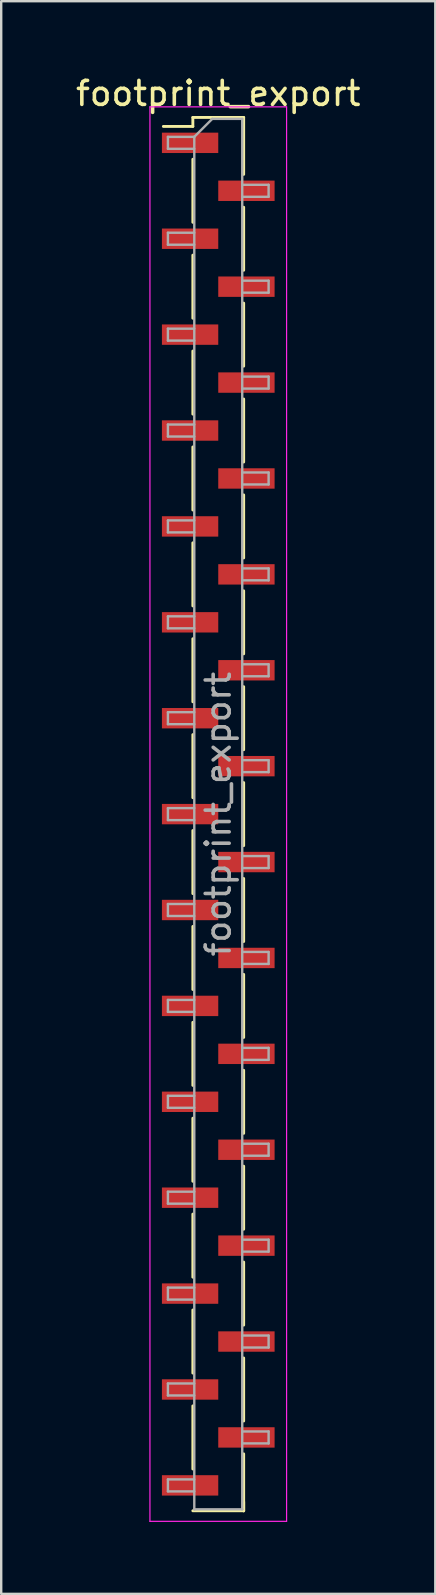
<source format=kicad_pcb>
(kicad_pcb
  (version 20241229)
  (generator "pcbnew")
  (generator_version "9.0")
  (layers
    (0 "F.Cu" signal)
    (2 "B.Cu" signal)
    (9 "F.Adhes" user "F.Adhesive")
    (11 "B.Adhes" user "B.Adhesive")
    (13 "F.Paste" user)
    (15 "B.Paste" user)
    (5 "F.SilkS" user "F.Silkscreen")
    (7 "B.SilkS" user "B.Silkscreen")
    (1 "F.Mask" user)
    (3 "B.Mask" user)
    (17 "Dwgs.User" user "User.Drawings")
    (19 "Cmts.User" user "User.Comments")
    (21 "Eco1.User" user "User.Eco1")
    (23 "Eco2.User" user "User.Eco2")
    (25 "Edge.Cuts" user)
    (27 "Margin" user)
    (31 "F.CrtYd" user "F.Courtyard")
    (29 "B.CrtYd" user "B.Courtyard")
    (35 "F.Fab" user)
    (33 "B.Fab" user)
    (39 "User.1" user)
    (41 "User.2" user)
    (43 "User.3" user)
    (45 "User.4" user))
  (footprint "footprint_export"
    (layer "F.Cu")
    (at 6.054 30.908)
    (property "Reference" "footprint_export" (at 0 -30.06 0) (layer "F.SilkS") (effects (font (size 1 1) (thickness 0.15))))
    (attr smd)
    (fp_line (start -1.06 -29.06) (end -1.06 -28.685) (stroke (width 0.12) (type solid)) (layer "F.SilkS"))
    (fp_line (start -1.06 -29.06) (end 1.06 -29.06) (stroke (width 0.12) (type solid)) (layer "F.SilkS"))
    (fp_line (start -1.06 -28.685) (end -2.29 -28.685) (stroke (width 0.12) (type solid)) (layer "F.SilkS"))
    (fp_line (start -1.06 -27.315) (end -1.06 -24.685) (stroke (width 0.12) (type solid)) (layer "F.SilkS"))
    (fp_line (start -1.06 -23.315) (end -1.06 -20.685) (stroke (width 0.12) (type solid)) (layer "F.SilkS"))
    (fp_line (start -1.06 -19.315) (end -1.06 -16.685) (stroke (width 0.12) (type solid)) (layer "F.SilkS"))
    (fp_line (start -1.06 -15.315) (end -1.06 -12.685) (stroke (width 0.12) (type solid)) (layer "F.SilkS"))
    (fp_line (start -1.06 -11.315) (end -1.06 -8.685) (stroke (width 0.12) (type solid)) (layer "F.SilkS"))
    (fp_line (start -1.06 -7.315) (end -1.06 -4.685) (stroke (width 0.12) (type solid)) (layer "F.SilkS"))
    (fp_line (start -1.06 -3.315) (end -1.06 -0.685) (stroke (width 0.12) (type solid)) (layer "F.SilkS"))
    (fp_line (start -1.06 0.685) (end -1.06 3.315) (stroke (width 0.12) (type solid)) (layer "F.SilkS"))
    (fp_line (start -1.06 4.685) (end -1.06 7.315) (stroke (width 0.12) (type solid)) (layer "F.SilkS"))
    (fp_line (start -1.06 8.685) (end -1.06 11.315) (stroke (width 0.12) (type solid)) (layer "F.SilkS"))
    (fp_line (start -1.06 12.685) (end -1.06 15.315) (stroke (width 0.12) (type solid)) (layer "F.SilkS"))
    (fp_line (start -1.06 16.685) (end -1.06 19.315) (stroke (width 0.12) (type solid)) (layer "F.SilkS"))
    (fp_line (start -1.06 20.685) (end -1.06 23.315) (stroke (width 0.12) (type solid)) (layer "F.SilkS"))
    (fp_line (start -1.06 24.685) (end -1.06 27.315) (stroke (width 0.12) (type solid)) (layer "F.SilkS"))
    (fp_line (start -1.06 29.06) (end 1.06 29.06) (stroke (width 0.12) (type solid)) (layer "F.SilkS"))
    (fp_line (start 1.06 -29.06) (end 1.06 -26.685) (stroke (width 0.12) (type solid)) (layer "F.SilkS"))
    (fp_line (start 1.06 -25.315) (end 1.06 -22.685) (stroke (width 0.12) (type solid)) (layer "F.SilkS"))
    (fp_line (start 1.06 -21.315) (end 1.06 -18.685) (stroke (width 0.12) (type solid)) (layer "F.SilkS"))
    (fp_line (start 1.06 -17.315) (end 1.06 -14.685) (stroke (width 0.12) (type solid)) (layer "F.SilkS"))
    (fp_line (start 1.06 -13.315) (end 1.06 -10.685) (stroke (width 0.12) (type solid)) (layer "F.SilkS"))
    (fp_line (start 1.06 -9.315) (end 1.06 -6.685) (stroke (width 0.12) (type solid)) (layer "F.SilkS"))
    (fp_line (start 1.06 -5.315) (end 1.06 -2.685) (stroke (width 0.12) (type solid)) (layer "F.SilkS"))
    (fp_line (start 1.06 -1.315) (end 1.06 1.315) (stroke (width 0.12) (type solid)) (layer "F.SilkS"))
    (fp_line (start 1.06 2.685) (end 1.06 5.315) (stroke (width 0.12) (type solid)) (layer "F.SilkS"))
    (fp_line (start 1.06 6.685) (end 1.06 9.315) (stroke (width 0.12) (type solid)) (layer "F.SilkS"))
    (fp_line (start 1.06 10.685) (end 1.06 13.315) (stroke (width 0.12) (type solid)) (layer "F.SilkS"))
    (fp_line (start 1.06 14.685) (end 1.06 17.315) (stroke (width 0.12) (type solid)) (layer "F.SilkS"))
    (fp_line (start 1.06 18.685) (end 1.06 21.315) (stroke (width 0.12) (type solid)) (layer "F.SilkS"))
    (fp_line (start 1.06 22.685) (end 1.06 25.315) (stroke (width 0.12) (type solid)) (layer "F.SilkS"))
    (fp_line (start 1.06 26.685) (end 1.06 29.06) (stroke (width 0.12) (type solid)) (layer "F.SilkS"))
    (fp_line (start 1.06 28.685) (end 1.06 29.06) (stroke (width 0.12) (type solid)) (layer "F.SilkS"))
    (fp_line (start -2.85 -29.5) (end -2.85 29.5) (stroke (width 0.05) (type solid)) (layer "F.CrtYd"))
    (fp_line (start -2.85 29.5) (end 2.85 29.5) (stroke (width 0.05) (type solid)) (layer "F.CrtYd"))
    (fp_line (start 2.85 -29.5) (end -2.85 -29.5) (stroke (width 0.05) (type solid)) (layer "F.CrtYd"))
    (fp_line (start 2.85 29.5) (end 2.85 -29.5) (stroke (width 0.05) (type solid)) (layer "F.CrtYd"))
    (fp_line (start -2.1 -28.25) (end -2.1 -27.75) (stroke (width 0.1) (type solid)) (layer "F.Fab"))
    (fp_line (start -2.1 -27.75) (end -1 -27.75) (stroke (width 0.1) (type solid)) (layer "F.Fab"))
    (fp_line (start -2.1 -24.25) (end -2.1 -23.75) (stroke (width 0.1) (type solid)) (layer "F.Fab"))
    (fp_line (start -2.1 -23.75) (end -1 -23.75) (stroke (width 0.1) (type solid)) (layer "F.Fab"))
    (fp_line (start -2.1 -20.25) (end -2.1 -19.75) (stroke (width 0.1) (type solid)) (layer "F.Fab"))
    (fp_line (start -2.1 -19.75) (end -1 -19.75) (stroke (width 0.1) (type solid)) (layer "F.Fab"))
    (fp_line (start -2.1 -16.25) (end -2.1 -15.75) (stroke (width 0.1) (type solid)) (layer "F.Fab"))
    (fp_line (start -2.1 -15.75) (end -1 -15.75) (stroke (width 0.1) (type solid)) (layer "F.Fab"))
    (fp_line (start -2.1 -12.25) (end -2.1 -11.75) (stroke (width 0.1) (type solid)) (layer "F.Fab"))
    (fp_line (start -2.1 -11.75) (end -1 -11.75) (stroke (width 0.1) (type solid)) (layer "F.Fab"))
    (fp_line (start -2.1 -8.25) (end -2.1 -7.75) (stroke (width 0.1) (type solid)) (layer "F.Fab"))
    (fp_line (start -2.1 -7.75) (end -1 -7.75) (stroke (width 0.1) (type solid)) (layer "F.Fab"))
    (fp_line (start -2.1 -4.25) (end -2.1 -3.75) (stroke (width 0.1) (type solid)) (layer "F.Fab"))
    (fp_line (start -2.1 -3.75) (end -1 -3.75) (stroke (width 0.1) (type solid)) (layer "F.Fab"))
    (fp_line (start -2.1 -0.25) (end -2.1 0.25) (stroke (width 0.1) (type solid)) (layer "F.Fab"))
    (fp_line (start -2.1 0.25) (end -1 0.25) (stroke (width 0.1) (type solid)) (layer "F.Fab"))
    (fp_line (start -2.1 3.75) (end -2.1 4.25) (stroke (width 0.1) (type solid)) (layer "F.Fab"))
    (fp_line (start -2.1 4.25) (end -1 4.25) (stroke (width 0.1) (type solid)) (layer "F.Fab"))
    (fp_line (start -2.1 7.75) (end -2.1 8.25) (stroke (width 0.1) (type solid)) (layer "F.Fab"))
    (fp_line (start -2.1 8.25) (end -1 8.25) (stroke (width 0.1) (type solid)) (layer "F.Fab"))
    (fp_line (start -2.1 11.75) (end -2.1 12.25) (stroke (width 0.1) (type solid)) (layer "F.Fab"))
    (fp_line (start -2.1 12.25) (end -1 12.25) (stroke (width 0.1) (type solid)) (layer "F.Fab"))
    (fp_line (start -2.1 15.75) (end -2.1 16.25) (stroke (width 0.1) (type solid)) (layer "F.Fab"))
    (fp_line (start -2.1 16.25) (end -1 16.25) (stroke (width 0.1) (type solid)) (layer "F.Fab"))
    (fp_line (start -2.1 19.75) (end -2.1 20.25) (stroke (width 0.1) (type solid)) (layer "F.Fab"))
    (fp_line (start -2.1 20.25) (end -1 20.25) (stroke (width 0.1) (type solid)) (layer "F.Fab"))
    (fp_line (start -2.1 23.75) (end -2.1 24.25) (stroke (width 0.1) (type solid)) (layer "F.Fab"))
    (fp_line (start -2.1 24.25) (end -1 24.25) (stroke (width 0.1) (type solid)) (layer "F.Fab"))
    (fp_line (start -2.1 27.75) (end -2.1 28.25) (stroke (width 0.1) (type solid)) (layer "F.Fab"))
    (fp_line (start -2.1 28.25) (end -1 28.25) (stroke (width 0.1) (type solid)) (layer "F.Fab"))
    (fp_line (start -1 -28.25) (end -2.1 -28.25) (stroke (width 0.1) (type solid)) (layer "F.Fab"))
    (fp_line (start -1 -28.25) (end -0.25 -29) (stroke (width 0.1) (type solid)) (layer "F.Fab"))
    (fp_line (start -1 -24.25) (end -2.1 -24.25) (stroke (width 0.1) (type solid)) (layer "F.Fab"))
    (fp_line (start -1 -20.25) (end -2.1 -20.25) (stroke (width 0.1) (type solid)) (layer "F.Fab"))
    (fp_line (start -1 -16.25) (end -2.1 -16.25) (stroke (width 0.1) (type solid)) (layer "F.Fab"))
    (fp_line (start -1 -12.25) (end -2.1 -12.25) (stroke (width 0.1) (type solid)) (layer "F.Fab"))
    (fp_line (start -1 -8.25) (end -2.1 -8.25) (stroke (width 0.1) (type solid)) (layer "F.Fab"))
    (fp_line (start -1 -4.25) (end -2.1 -4.25) (stroke (width 0.1) (type solid)) (layer "F.Fab"))
    (fp_line (start -1 -0.25) (end -2.1 -0.25) (stroke (width 0.1) (type solid)) (layer "F.Fab"))
    (fp_line (start -1 3.75) (end -2.1 3.75) (stroke (width 0.1) (type solid)) (layer "F.Fab"))
    (fp_line (start -1 7.75) (end -2.1 7.75) (stroke (width 0.1) (type solid)) (layer "F.Fab"))
    (fp_line (start -1 11.75) (end -2.1 11.75) (stroke (width 0.1) (type solid)) (layer "F.Fab"))
    (fp_line (start -1 15.75) (end -2.1 15.75) (stroke (width 0.1) (type solid)) (layer "F.Fab"))
    (fp_line (start -1 19.75) (end -2.1 19.75) (stroke (width 0.1) (type solid)) (layer "F.Fab"))
    (fp_line (start -1 23.75) (end -2.1 23.75) (stroke (width 0.1) (type solid)) (layer "F.Fab"))
    (fp_line (start -1 27.75) (end -2.1 27.75) (stroke (width 0.1) (type solid)) (layer "F.Fab"))
    (fp_line (start -1 29) (end -1 -28.25) (stroke (width 0.1) (type solid)) (layer "F.Fab"))
    (fp_line (start -0.25 -29) (end 1 -29) (stroke (width 0.1) (type solid)) (layer "F.Fab"))
    (fp_line (start 1 -29) (end 1 29) (stroke (width 0.1) (type solid)) (layer "F.Fab"))
    (fp_line (start 1 -26.25) (end 2.1 -26.25) (stroke (width 0.1) (type solid)) (layer "F.Fab"))
    (fp_line (start 1 -22.25) (end 2.1 -22.25) (stroke (width 0.1) (type solid)) (layer "F.Fab"))
    (fp_line (start 1 -18.25) (end 2.1 -18.25) (stroke (width 0.1) (type solid)) (layer "F.Fab"))
    (fp_line (start 1 -14.25) (end 2.1 -14.25) (stroke (width 0.1) (type solid)) (layer "F.Fab"))
    (fp_line (start 1 -10.25) (end 2.1 -10.25) (stroke (width 0.1) (type solid)) (layer "F.Fab"))
    (fp_line (start 1 -6.25) (end 2.1 -6.25) (stroke (width 0.1) (type solid)) (layer "F.Fab"))
    (fp_line (start 1 -2.25) (end 2.1 -2.25) (stroke (width 0.1) (type solid)) (layer "F.Fab"))
    (fp_line (start 1 1.75) (end 2.1 1.75) (stroke (width 0.1) (type solid)) (layer "F.Fab"))
    (fp_line (start 1 5.75) (end 2.1 5.75) (stroke (width 0.1) (type solid)) (layer "F.Fab"))
    (fp_line (start 1 9.75) (end 2.1 9.75) (stroke (width 0.1) (type solid)) (layer "F.Fab"))
    (fp_line (start 1 13.75) (end 2.1 13.75) (stroke (width 0.1) (type solid)) (layer "F.Fab"))
    (fp_line (start 1 17.75) (end 2.1 17.75) (stroke (width 0.1) (type solid)) (layer "F.Fab"))
    (fp_line (start 1 21.75) (end 2.1 21.75) (stroke (width 0.1) (type solid)) (layer "F.Fab"))
    (fp_line (start 1 25.75) (end 2.1 25.75) (stroke (width 0.1) (type solid)) (layer "F.Fab"))
    (fp_line (start 1 29) (end -1 29) (stroke (width 0.1) (type solid)) (layer "F.Fab"))
    (fp_line (start 2.1 -26.25) (end 2.1 -25.75) (stroke (width 0.1) (type solid)) (layer "F.Fab"))
    (fp_line (start 2.1 -25.75) (end 1 -25.75) (stroke (width 0.1) (type solid)) (layer "F.Fab"))
    (fp_line (start 2.1 -22.25) (end 2.1 -21.75) (stroke (width 0.1) (type solid)) (layer "F.Fab"))
    (fp_line (start 2.1 -21.75) (end 1 -21.75) (stroke (width 0.1) (type solid)) (layer "F.Fab"))
    (fp_line (start 2.1 -18.25) (end 2.1 -17.75) (stroke (width 0.1) (type solid)) (layer "F.Fab"))
    (fp_line (start 2.1 -17.75) (end 1 -17.75) (stroke (width 0.1) (type solid)) (layer "F.Fab"))
    (fp_line (start 2.1 -14.25) (end 2.1 -13.75) (stroke (width 0.1) (type solid)) (layer "F.Fab"))
    (fp_line (start 2.1 -13.75) (end 1 -13.75) (stroke (width 0.1) (type solid)) (layer "F.Fab"))
    (fp_line (start 2.1 -10.25) (end 2.1 -9.75) (stroke (width 0.1) (type solid)) (layer "F.Fab"))
    (fp_line (start 2.1 -9.75) (end 1 -9.75) (stroke (width 0.1) (type solid)) (layer "F.Fab"))
    (fp_line (start 2.1 -6.25) (end 2.1 -5.75) (stroke (width 0.1) (type solid)) (layer "F.Fab"))
    (fp_line (start 2.1 -5.75) (end 1 -5.75) (stroke (width 0.1) (type solid)) (layer "F.Fab"))
    (fp_line (start 2.1 -2.25) (end 2.1 -1.75) (stroke (width 0.1) (type solid)) (layer "F.Fab"))
    (fp_line (start 2.1 -1.75) (end 1 -1.75) (stroke (width 0.1) (type solid)) (layer "F.Fab"))
    (fp_line (start 2.1 1.75) (end 2.1 2.25) (stroke (width 0.1) (type solid)) (layer "F.Fab"))
    (fp_line (start 2.1 2.25) (end 1 2.25) (stroke (width 0.1) (type solid)) (layer "F.Fab"))
    (fp_line (start 2.1 5.75) (end 2.1 6.25) (stroke (width 0.1) (type solid)) (layer "F.Fab"))
    (fp_line (start 2.1 6.25) (end 1 6.25) (stroke (width 0.1) (type solid)) (layer "F.Fab"))
    (fp_line (start 2.1 9.75) (end 2.1 10.25) (stroke (width 0.1) (type solid)) (layer "F.Fab"))
    (fp_line (start 2.1 10.25) (end 1 10.25) (stroke (width 0.1) (type solid)) (layer "F.Fab"))
    (fp_line (start 2.1 13.75) (end 2.1 14.25) (stroke (width 0.1) (type solid)) (layer "F.Fab"))
    (fp_line (start 2.1 14.25) (end 1 14.25) (stroke (width 0.1) (type solid)) (layer "F.Fab"))
    (fp_line (start 2.1 17.75) (end 2.1 18.25) (stroke (width 0.1) (type solid)) (layer "F.Fab"))
    (fp_line (start 2.1 18.25) (end 1 18.25) (stroke (width 0.1) (type solid)) (layer "F.Fab"))
    (fp_line (start 2.1 21.75) (end 2.1 22.25) (stroke (width 0.1) (type solid)) (layer "F.Fab"))
    (fp_line (start 2.1 22.25) (end 1 22.25) (stroke (width 0.1) (type solid)) (layer "F.Fab"))
    (fp_line (start 2.1 25.75) (end 2.1 26.25) (stroke (width 0.1) (type solid)) (layer "F.Fab"))
    (fp_line (start 2.1 26.25) (end 1 26.25) (stroke (width 0.1) (type solid)) (layer "F.Fab"))
    (fp_text user "${REFERENCE}" (at 0 0 90) (layer "F.Fab") (effects (font (size 1 1) (thickness 0.15))))
    (pad "1" smd rect (at -1.175 -28) (size 2.35 0.85) (layers "F.Cu" "F.Mask" "F.Paste"))
    (pad "2" smd rect (at 1.175 -26) (size 2.35 0.85) (layers "F.Cu" "F.Mask" "F.Paste"))
    (pad "3" smd rect (at -1.175 -24) (size 2.35 0.85) (layers "F.Cu" "F.Mask" "F.Paste"))
    (pad "4" smd rect (at 1.175 -22) (size 2.35 0.85) (layers "F.Cu" "F.Mask" "F.Paste"))
    (pad "5" smd rect (at -1.175 -20) (size 2.35 0.85) (layers "F.Cu" "F.Mask" "F.Paste"))
    (pad "6" smd rect (at 1.175 -18) (size 2.35 0.85) (layers "F.Cu" "F.Mask" "F.Paste"))
    (pad "7" smd rect (at -1.175 -16) (size 2.35 0.85) (layers "F.Cu" "F.Mask" "F.Paste"))
    (pad "8" smd rect (at 1.175 -14) (size 2.35 0.85) (layers "F.Cu" "F.Mask" "F.Paste"))
    (pad "9" smd rect (at -1.175 -12) (size 2.35 0.85) (layers "F.Cu" "F.Mask" "F.Paste"))
    (pad "10" smd rect (at 1.175 -10) (size 2.35 0.85) (layers "F.Cu" "F.Mask" "F.Paste"))
    (pad "11" smd rect (at -1.175 -8) (size 2.35 0.85) (layers "F.Cu" "F.Mask" "F.Paste"))
    (pad "12" smd rect (at 1.175 -6) (size 2.35 0.85) (layers "F.Cu" "F.Mask" "F.Paste"))
    (pad "13" smd rect (at -1.175 -4) (size 2.35 0.85) (layers "F.Cu" "F.Mask" "F.Paste"))
    (pad "14" smd rect (at 1.175 -2) (size 2.35 0.85) (layers "F.Cu" "F.Mask" "F.Paste"))
    (pad "15" smd rect (at -1.175 0) (size 2.35 0.85) (layers "F.Cu" "F.Mask" "F.Paste"))
    (pad "16" smd rect (at 1.175 2) (size 2.35 0.85) (layers "F.Cu" "F.Mask" "F.Paste"))
    (pad "17" smd rect (at -1.175 4) (size 2.35 0.85) (layers "F.Cu" "F.Mask" "F.Paste"))
    (pad "18" smd rect (at 1.175 6) (size 2.35 0.85) (layers "F.Cu" "F.Mask" "F.Paste"))
    (pad "19" smd rect (at -1.175 8) (size 2.35 0.85) (layers "F.Cu" "F.Mask" "F.Paste"))
    (pad "20" smd rect (at 1.175 10) (size 2.35 0.85) (layers "F.Cu" "F.Mask" "F.Paste"))
    (pad "21" smd rect (at -1.175 12) (size 2.35 0.85) (layers "F.Cu" "F.Mask" "F.Paste"))
    (pad "22" smd rect (at 1.175 14) (size 2.35 0.85) (layers "F.Cu" "F.Mask" "F.Paste"))
    (pad "23" smd rect (at -1.175 16) (size 2.35 0.85) (layers "F.Cu" "F.Mask" "F.Paste"))
    (pad "24" smd rect (at 1.175 18) (size 2.35 0.85) (layers "F.Cu" "F.Mask" "F.Paste"))
    (pad "25" smd rect (at -1.175 20) (size 2.35 0.85) (layers "F.Cu" "F.Mask" "F.Paste"))
    (pad "26" smd rect (at 1.175 22) (size 2.35 0.85) (layers "F.Cu" "F.Mask" "F.Paste"))
    (pad "27" smd rect (at -1.175 24) (size 2.35 0.85) (layers "F.Cu" "F.Mask" "F.Paste"))
    (pad "28" smd rect (at 1.175 26) (size 2.35 0.85) (layers "F.Cu" "F.Mask" "F.Paste"))
    (pad "29" smd rect (at -1.175 28) (size 2.35 0.85) (layers "F.Cu" "F.Mask" "F.Paste")))
  (gr_rect
    (start -3 -3)
    (end 15.107 63.433)
    (stroke (width 0.1) (type default))
    (fill no)
    (layer "Edge.Cuts")))
</source>
